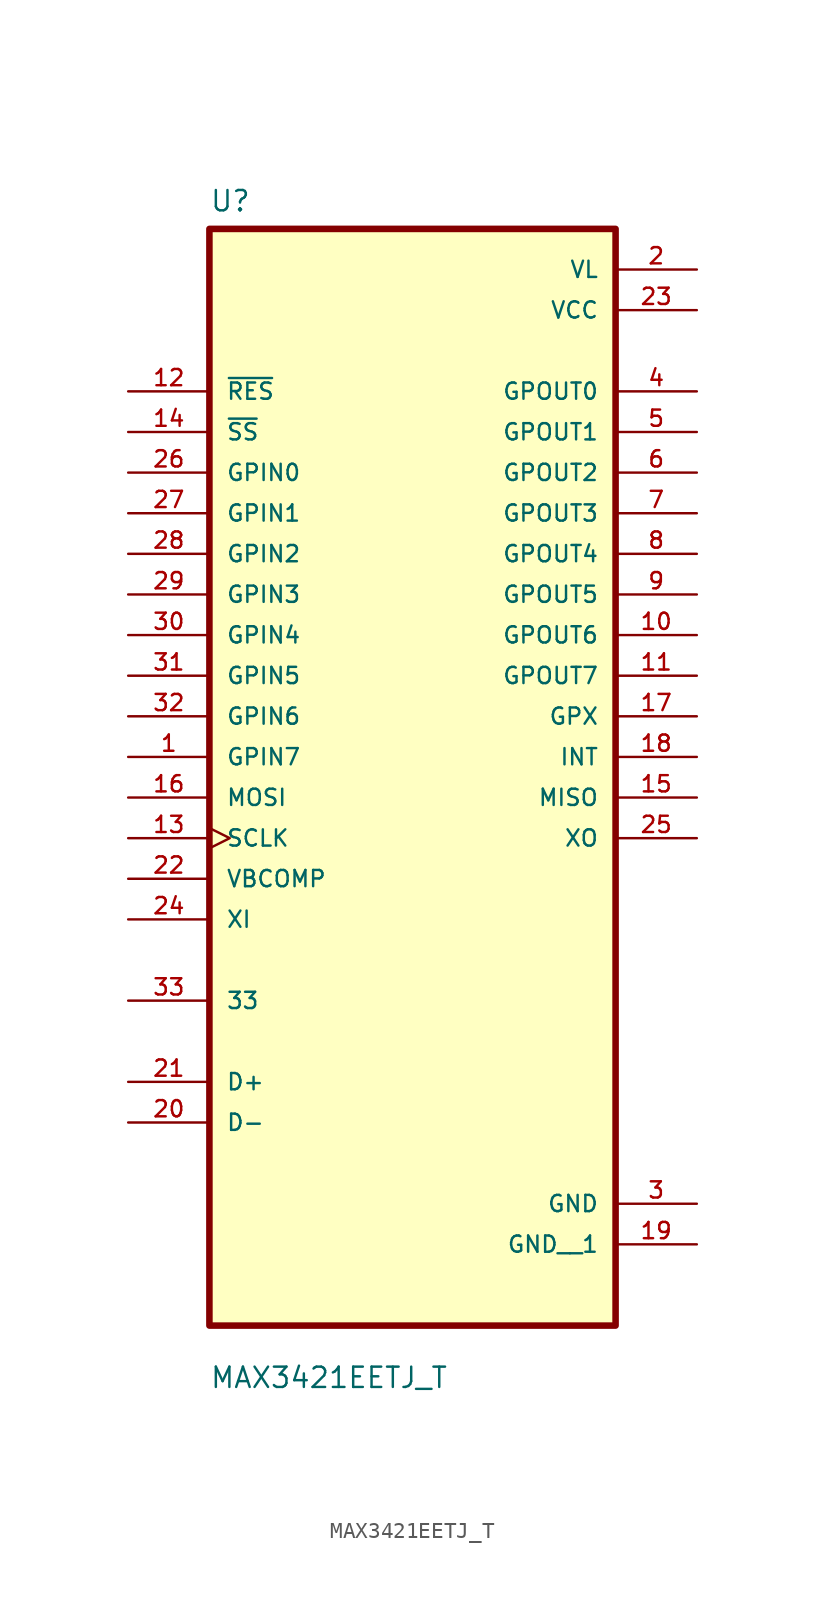
<source format=kicad_sym>
(kicad_symbol_lib
  (version 20211014)
  (generator kicad_symbol_editor)
  (symbol "MAX3421EETJ_T"
    (pin_names
      (offset 1.016))
    (property "Reference" "U"
      (at -12.7 34.02 0.0)
      (effects (font (size 1.27 1.27)) (justify bottom left)))
    (property "Value" "MAX3421EETJ_T"
      (at -12.7 -39.56 0.0)
      (effects (font (size 1.27 1.27)) (justify bottom left)))
    (symbol "MAX3421EETJ_T_0_0"
      (rectangle (start -12.7 -35.56) (end 12.7 33.02) (stroke (width 0.41)) (fill (type background)))
      (pin input line (at -17.78 22.86 0) (length 5.08) (name "~{RES}" (effects (font (size 1.016 1.016)))) (number "12" (effects (font (size 1.016 1.016)))))
      (pin input line (at -17.78 20.32 0) (length 5.08) (name "~{SS}" (effects (font (size 1.016 1.016)))) (number "14" (effects (font (size 1.016 1.016)))))
      (pin input line (at -17.78 17.78 0) (length 5.08) (name "GPIN0" (effects (font (size 1.016 1.016)))) (number "26" (effects (font (size 1.016 1.016)))))
      (pin input line (at -17.78 15.24 0) (length 5.08) (name "GPIN1" (effects (font (size 1.016 1.016)))) (number "27" (effects (font (size 1.016 1.016)))))
      (pin input line (at -17.78 12.7 0) (length 5.08) (name "GPIN2" (effects (font (size 1.016 1.016)))) (number "28" (effects (font (size 1.016 1.016)))))
      (pin input line (at -17.78 10.16 0) (length 5.08) (name "GPIN3" (effects (font (size 1.016 1.016)))) (number "29" (effects (font (size 1.016 1.016)))))
      (pin input line (at -17.78 7.62 0) (length 5.08) (name "GPIN4" (effects (font (size 1.016 1.016)))) (number "30" (effects (font (size 1.016 1.016)))))
      (pin input line (at -17.78 5.08 0) (length 5.08) (name "GPIN5" (effects (font (size 1.016 1.016)))) (number "31" (effects (font (size 1.016 1.016)))))
      (pin input line (at -17.78 2.54 0) (length 5.08) (name "GPIN6" (effects (font (size 1.016 1.016)))) (number "32" (effects (font (size 1.016 1.016)))))
      (pin input line (at -17.78 1.06581e-14 0) (length 5.08) (name "GPIN7" (effects (font (size 1.016 1.016)))) (number "1" (effects (font (size 1.016 1.016)))))
      (pin input line (at -17.78 -2.54 0) (length 5.08) (name "MOSI" (effects (font (size 1.016 1.016)))) (number "16" (effects (font (size 1.016 1.016)))))
      (pin input clock (at -17.78 -5.08 0) (length 5.08) (name "SCLK" (effects (font (size 1.016 1.016)))) (number "13" (effects (font (size 1.016 1.016)))))
      (pin input line (at -17.78 -7.62 0) (length 5.08) (name "VBCOMP" (effects (font (size 1.016 1.016)))) (number "22" (effects (font (size 1.016 1.016)))))
      (pin input line (at -17.78 -10.16 0) (length 5.08) (name "XI" (effects (font (size 1.016 1.016)))) (number "24" (effects (font (size 1.016 1.016)))))
      (pin bidirectional line (at -17.78 -15.24 0) (length 5.08) (name "33" (effects (font (size 1.016 1.016)))) (number "33" (effects (font (size 1.016 1.016)))))
      (pin bidirectional line (at -17.78 -20.32 0) (length 5.08) (name "D+" (effects (font (size 1.016 1.016)))) (number "21" (effects (font (size 1.016 1.016)))))
      (pin bidirectional line (at -17.78 -22.86 0) (length 5.08) (name "D-" (effects (font (size 1.016 1.016)))) (number "20" (effects (font (size 1.016 1.016)))))
      (pin power_in line (at 17.78 30.48 180.0) (length 5.08) (name "VL" (effects (font (size 1.016 1.016)))) (number "2" (effects (font (size 1.016 1.016)))))
      (pin power_in line (at 17.78 27.94 180.0) (length 5.08) (name "VCC" (effects (font (size 1.016 1.016)))) (number "23" (effects (font (size 1.016 1.016)))))
      (pin output line (at 17.78 22.86 180.0) (length 5.08) (name "GPOUT0" (effects (font (size 1.016 1.016)))) (number "4" (effects (font (size 1.016 1.016)))))
      (pin output line (at 17.78 20.32 180.0) (length 5.08) (name "GPOUT1" (effects (font (size 1.016 1.016)))) (number "5" (effects (font (size 1.016 1.016)))))
      (pin output line (at 17.78 17.78 180.0) (length 5.08) (name "GPOUT2" (effects (font (size 1.016 1.016)))) (number "6" (effects (font (size 1.016 1.016)))))
      (pin output line (at 17.78 15.24 180.0) (length 5.08) (name "GPOUT3" (effects (font (size 1.016 1.016)))) (number "7" (effects (font (size 1.016 1.016)))))
      (pin output line (at 17.78 12.7 180.0) (length 5.08) (name "GPOUT4" (effects (font (size 1.016 1.016)))) (number "8" (effects (font (size 1.016 1.016)))))
      (pin output line (at 17.78 10.16 180.0) (length 5.08) (name "GPOUT5" (effects (font (size 1.016 1.016)))) (number "9" (effects (font (size 1.016 1.016)))))
      (pin output line (at 17.78 7.62 180.0) (length 5.08) (name "GPOUT6" (effects (font (size 1.016 1.016)))) (number "10" (effects (font (size 1.016 1.016)))))
      (pin output line (at 17.78 5.08 180.0) (length 5.08) (name "GPOUT7" (effects (font (size 1.016 1.016)))) (number "11" (effects (font (size 1.016 1.016)))))
      (pin output line (at 17.78 2.54 180.0) (length 5.08) (name "GPX" (effects (font (size 1.016 1.016)))) (number "17" (effects (font (size 1.016 1.016)))))
      (pin output line (at 17.78 1.06581e-14 180.0) (length 5.08) (name "INT" (effects (font (size 1.016 1.016)))) (number "18" (effects (font (size 1.016 1.016)))))
      (pin output line (at 17.78 -2.54 180.0) (length 5.08) (name "MISO" (effects (font (size 1.016 1.016)))) (number "15" (effects (font (size 1.016 1.016)))))
      (pin output line (at 17.78 -5.08 180.0) (length 5.08) (name "XO" (effects (font (size 1.016 1.016)))) (number "25" (effects (font (size 1.016 1.016)))))
      (pin power_in line (at 17.78 -27.94 180.0) (length 5.08) (name "GND" (effects (font (size 1.016 1.016)))) (number "3" (effects (font (size 1.016 1.016)))))
      (pin power_in line (at 17.78 -30.48 180.0) (length 5.08) (name "GND__1" (effects (font (size 1.016 1.016)))) (number "19" (effects (font (size 1.016 1.016))))))))
</source>
